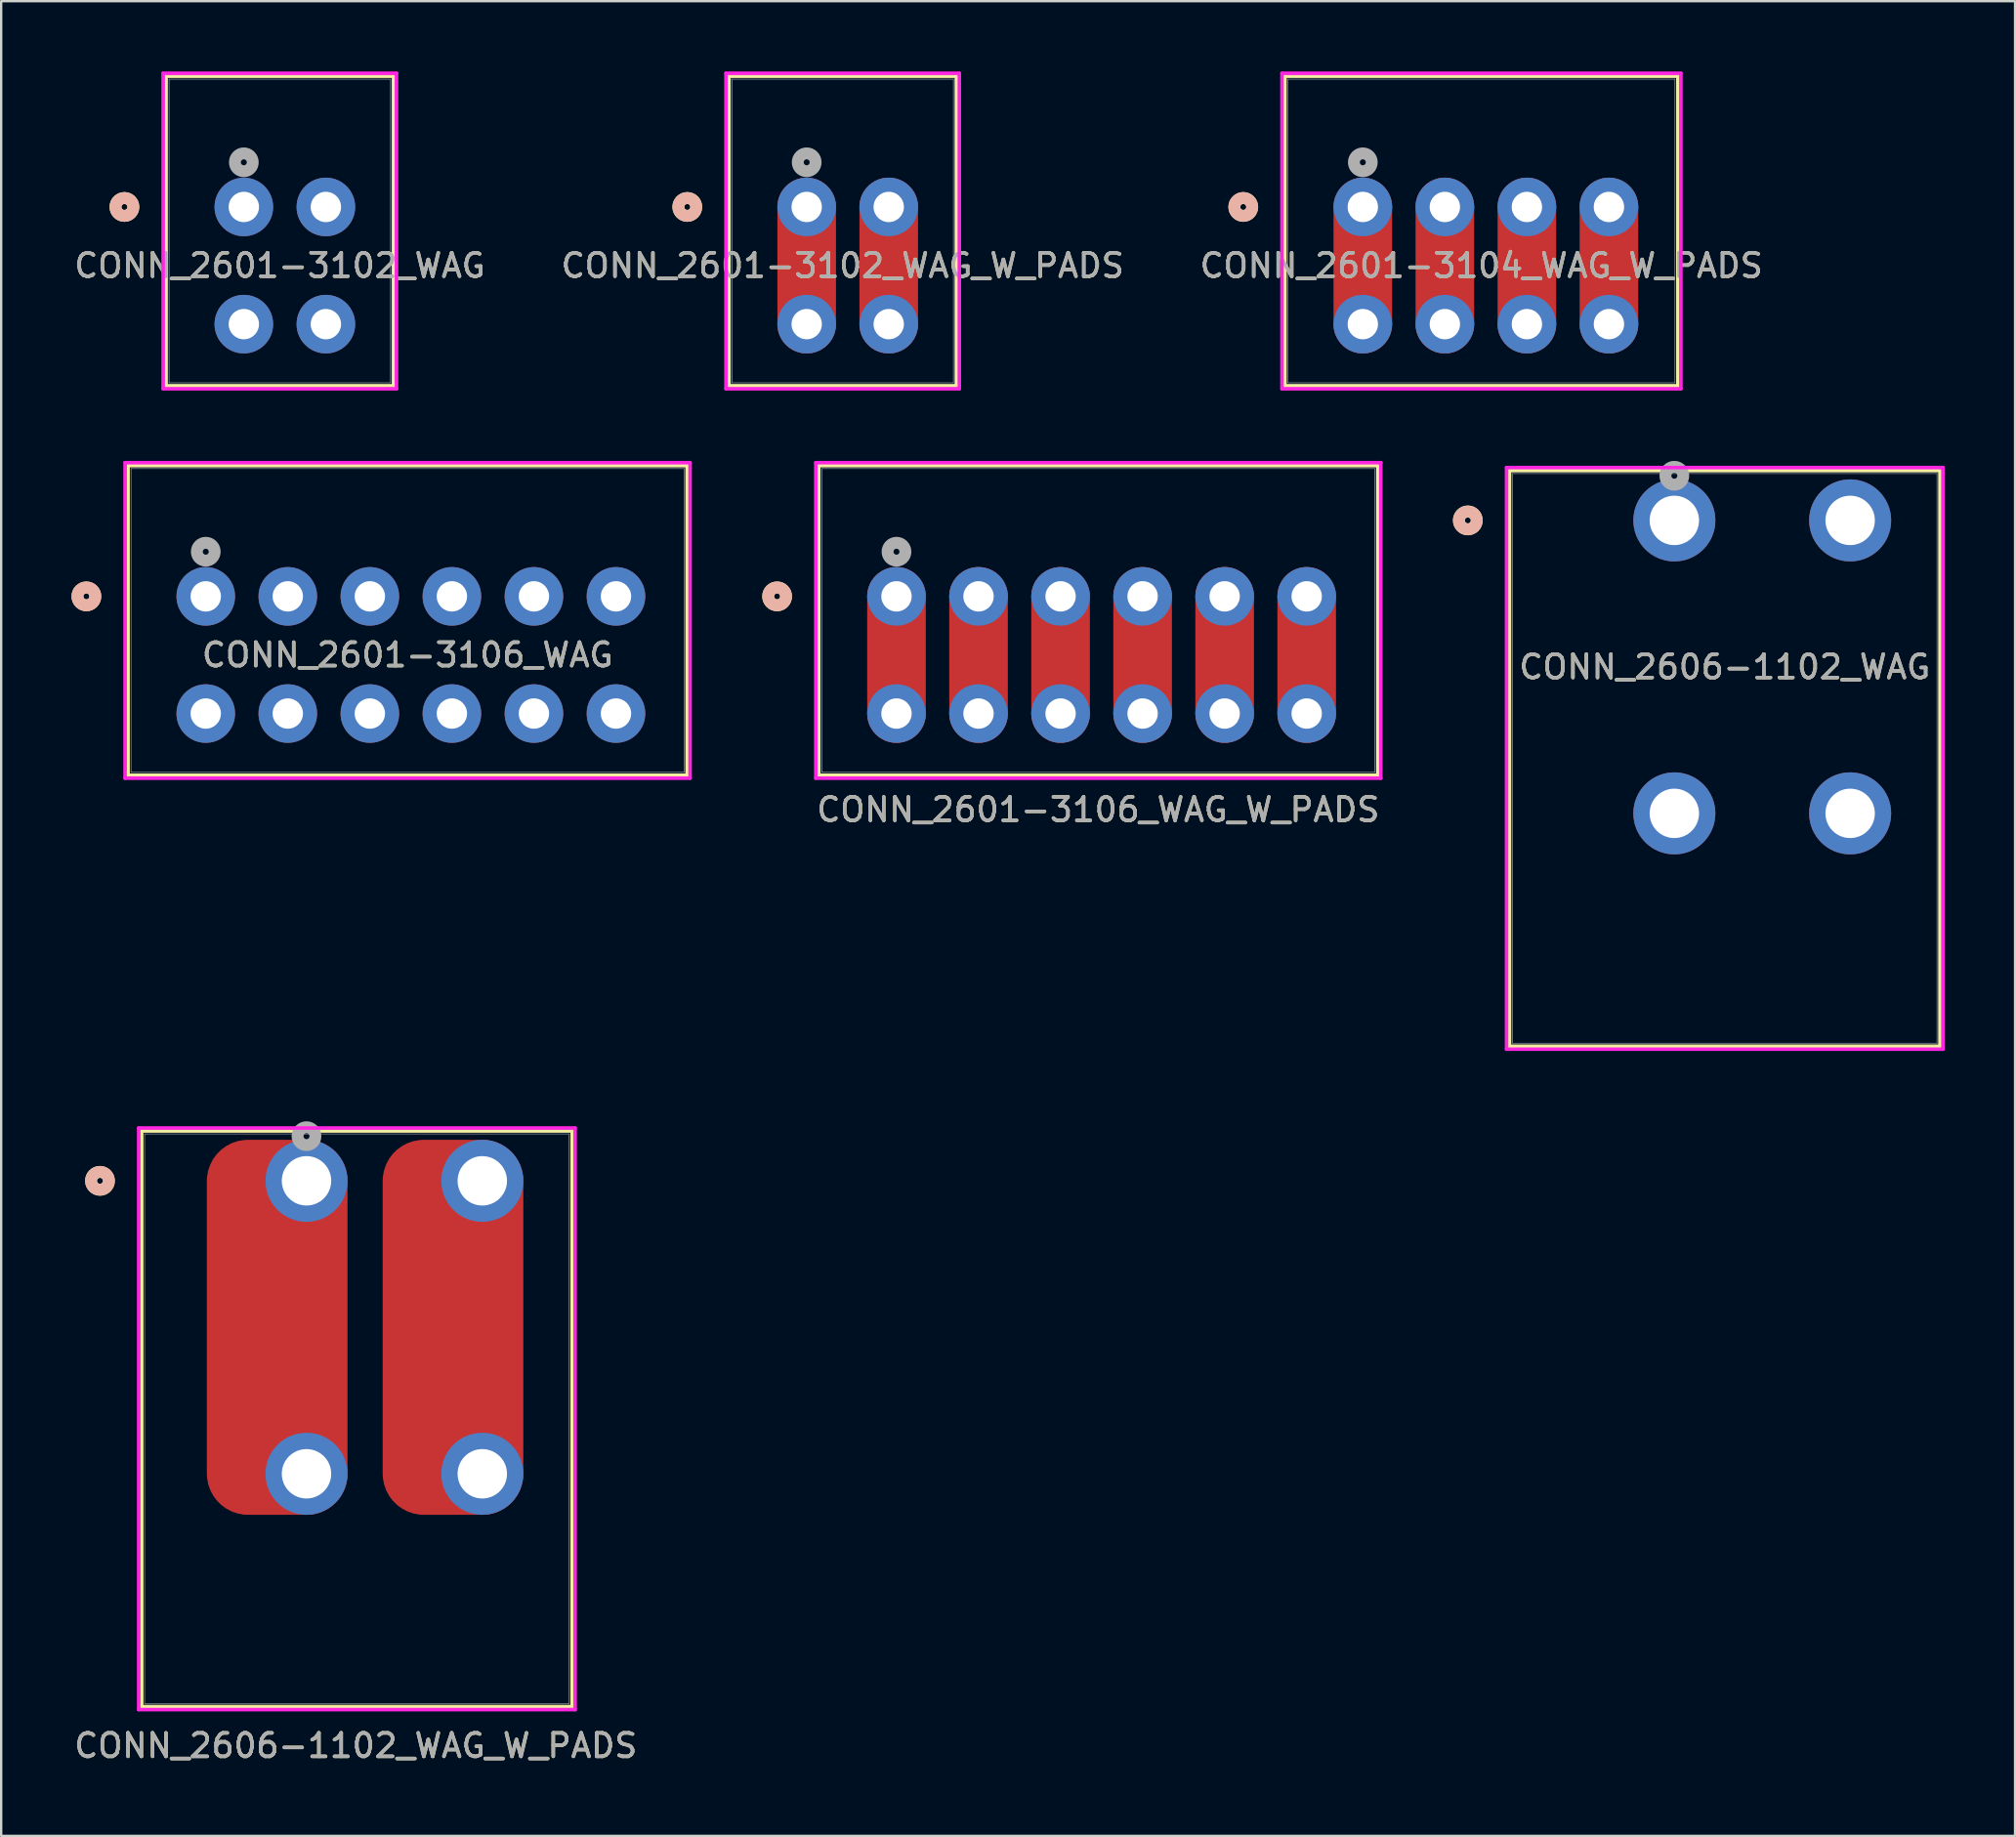
<source format=kicad_pcb>
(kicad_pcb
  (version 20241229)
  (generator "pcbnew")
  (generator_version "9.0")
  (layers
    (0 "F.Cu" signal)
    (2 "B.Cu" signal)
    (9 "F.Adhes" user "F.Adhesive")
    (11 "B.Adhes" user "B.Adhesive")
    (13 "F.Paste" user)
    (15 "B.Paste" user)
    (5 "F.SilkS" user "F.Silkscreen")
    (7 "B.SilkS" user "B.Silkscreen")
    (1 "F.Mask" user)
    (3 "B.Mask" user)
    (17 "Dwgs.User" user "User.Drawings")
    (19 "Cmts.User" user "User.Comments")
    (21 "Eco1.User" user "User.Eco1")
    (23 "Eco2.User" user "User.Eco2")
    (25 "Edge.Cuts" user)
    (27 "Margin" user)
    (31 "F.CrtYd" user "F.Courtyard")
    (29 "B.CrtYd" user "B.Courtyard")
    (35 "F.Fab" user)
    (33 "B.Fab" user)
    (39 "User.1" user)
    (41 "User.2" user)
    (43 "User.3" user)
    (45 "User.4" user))
  (footprint "CONN_2601-3106_WAG"
    (layer "F.Cu")
    (at 5.728 22.395)
    (property "Reference" "CONN_2601-3106_WAG" (at 8.61 2.5 0) (unlocked yes) (layer "F.SilkS") (effects (font (size 1 1) (thickness 0.15))))
    (attr through_hole)
    (fp_line (start -3.315 -5.577) (end -3.315 7.631) (stroke (width 0.152) (type solid)) (layer "F.SilkS"))
    (fp_line (start -3.315 7.631) (end 20.535 7.631) (stroke (width 0.152) (type solid)) (layer "F.SilkS"))
    (fp_line (start 20.535 -5.577) (end -3.315 -5.577) (stroke (width 0.152) (type solid)) (layer "F.SilkS"))
    (fp_line (start 20.535 7.631) (end 20.535 -5.577) (stroke (width 0.152) (type solid)) (layer "F.SilkS"))
    (fp_circle (center -5.093 0) (end -4.712 0) (stroke (width 0.508) (type solid)) (fill no) (layer "F.SilkS"))
    (fp_circle (center -5.093 0) (end -4.712 0) (stroke (width 0.508) (type solid)) (fill no) (layer "B.SilkS"))
    (fp_line (start -3.442 -5.704) (end -3.442 7.758) (stroke (width 0.152) (type solid)) (layer "F.CrtYd"))
    (fp_line (start -3.442 7.758) (end 20.662 7.758) (stroke (width 0.152) (type solid)) (layer "F.CrtYd"))
    (fp_line (start 20.662 -5.704) (end -3.442 -5.704) (stroke (width 0.152) (type solid)) (layer "F.CrtYd"))
    (fp_line (start 20.662 7.758) (end 20.662 -5.704) (stroke (width 0.152) (type solid)) (layer "F.CrtYd"))
    (fp_line (start -3.188 -5.45) (end -3.188 7.504) (stroke (width 0.025) (type solid)) (layer "F.Fab"))
    (fp_line (start -3.188 7.504) (end 20.408 7.504) (stroke (width 0.025) (type solid)) (layer "F.Fab"))
    (fp_line (start 20.408 -5.45) (end -3.188 -5.45) (stroke (width 0.025) (type solid)) (layer "F.Fab"))
    (fp_line (start 20.408 7.504) (end 20.408 -5.45) (stroke (width 0.025) (type solid)) (layer "F.Fab"))
    (fp_circle (center 0 -1.905) (end 0.381 -1.905) (stroke (width 0.508) (type solid)) (fill no) (layer "F.Fab"))
    (fp_text user "${REFERENCE}" (at 8.61 2.5 0) (unlocked yes) (layer "F.Fab") (effects (font (size 1 1) (thickness 0.15))))
    (pad "1_1" thru_hole circle (at 0 0) (size 2.5 2.5) (drill 1.295) (layers "*.Cu" "*.Mask"))
    (pad "1_2" thru_hole circle (at 0 5) (size 2.5 2.5) (drill 1.295) (layers "*.Cu" "*.Mask"))
    (pad "2_1" thru_hole circle (at 3.5 0) (size 2.5 2.5) (drill 1.295) (layers "*.Cu" "*.Mask"))
    (pad "2_2" thru_hole circle (at 3.5 5) (size 2.5 2.5) (drill 1.295) (layers "*.Cu" "*.Mask"))
    (pad "3_1" thru_hole circle (at 7 0) (size 2.5 2.5) (drill 1.295) (layers "*.Cu" "*.Mask"))
    (pad "3_2" thru_hole circle (at 7 5) (size 2.5 2.5) (drill 1.295) (layers "*.Cu" "*.Mask"))
    (pad "4_1" thru_hole circle (at 10.5 0) (size 2.5 2.5) (drill 1.295) (layers "*.Cu" "*.Mask"))
    (pad "4_2" thru_hole circle (at 10.5 5) (size 2.5 2.5) (drill 1.295) (layers "*.Cu" "*.Mask"))
    (pad "5_1" thru_hole circle (at 14 0) (size 2.5 2.5) (drill 1.295) (layers "*.Cu" "*.Mask"))
    (pad "5_2" thru_hole circle (at 14 5) (size 2.5 2.5) (drill 1.295) (layers "*.Cu" "*.Mask"))
    (pad "6_1" thru_hole circle (at 17.5 0) (size 2.5 2.5) (drill 1.295) (layers "*.Cu" "*.Mask"))
    (pad "6_2" thru_hole circle (at 17.5 5) (size 2.5 2.5) (drill 1.295) (layers "*.Cu" "*.Mask")))
  (footprint "CONN_2601-3102_WAG_W_PADS"
    (layer "F.Cu")
    (at 31.364 5.78)
    (property "Reference" "CONN_2601-3102_WAG_W_PADS" (at 1.535 2.5 0) (unlocked yes) (layer "F.SilkS") (effects (font (size 1 1) (thickness 0.15))))
    (attr through_hole)
    (fp_line (start -3.316 -5.577) (end -3.316 7.631) (stroke (width 0.152) (type solid)) (layer "F.SilkS"))
    (fp_line (start -3.316 7.631) (end 6.386 7.631) (stroke (width 0.152) (type solid)) (layer "F.SilkS"))
    (fp_line (start 6.386 -5.577) (end -3.316 -5.577) (stroke (width 0.152) (type solid)) (layer "F.SilkS"))
    (fp_line (start 6.386 7.631) (end 6.386 -5.577) (stroke (width 0.152) (type solid)) (layer "F.SilkS"))
    (fp_circle (center -5.094 0) (end -4.713 0) (stroke (width 0.508) (type solid)) (fill no) (layer "F.SilkS"))
    (fp_circle (center -5.094 0) (end -4.713 0) (stroke (width 0.508) (type solid)) (fill no) (layer "B.SilkS"))
    (fp_line (start -3.443 -5.704) (end -3.443 7.758) (stroke (width 0.152) (type solid)) (layer "F.CrtYd"))
    (fp_line (start -3.443 7.758) (end 6.513 7.758) (stroke (width 0.152) (type solid)) (layer "F.CrtYd"))
    (fp_line (start 6.513 -5.704) (end -3.443 -5.704) (stroke (width 0.152) (type solid)) (layer "F.CrtYd"))
    (fp_line (start 6.513 7.758) (end 6.513 -5.704) (stroke (width 0.152) (type solid)) (layer "F.CrtYd"))
    (fp_line (start -3.189 -5.45) (end -3.189 7.504) (stroke (width 0.025) (type solid)) (layer "F.Fab"))
    (fp_line (start -3.189 7.504) (end 6.259 7.504) (stroke (width 0.025) (type solid)) (layer "F.Fab"))
    (fp_line (start 6.259 -5.45) (end -3.189 -5.45) (stroke (width 0.025) (type solid)) (layer "F.Fab"))
    (fp_line (start 6.259 7.504) (end 6.259 -5.45) (stroke (width 0.025) (type solid)) (layer "F.Fab"))
    (fp_circle (center 0 -1.905) (end 0.381 -1.905) (stroke (width 0.508) (type solid)) (fill no) (layer "F.Fab"))
    (fp_text user "${REFERENCE}" (at 1.535 2.5 0) (unlocked yes) (layer "F.Fab") (effects (font (size 1 1) (thickness 0.15))))
    (pad "1_1" thru_hole circle (at 0 0) (size 2.5 2.5) (drill 1.295) (layers "*.Cu" "*.Mask"))
    (pad "1_1" smd roundrect (at 0 2.5) (size 2.5 7.5) (layers "F.Cu" "F.Mask") (roundrect_rratio 0.5))
    (pad "1_2" thru_hole circle (at 0 5) (size 2.5 2.5) (drill 1.295) (layers "*.Cu" "*.Mask"))
    (pad "2_1" thru_hole circle (at 3.5 0) (size 2.5 2.5) (drill 1.295) (layers "*.Cu" "*.Mask"))
    (pad "2_1" smd roundrect (at 3.5 2.5) (size 2.5 7.5) (layers "F.Cu" "F.Mask") (roundrect_rratio 0.5))
    (pad "2_2" thru_hole circle (at 3.5 5) (size 2.5 2.5) (drill 1.295) (layers "*.Cu" "*.Mask")))
  (footprint "CONN_2606-1102_WAG"
    (layer "F.Cu")
    (at 68.379 19.154)
    (property "Reference" "CONN_2606-1102_WAG" (at 2.15 6.25 0) (unlocked yes) (layer "F.SilkS") (effects (font (size 1 1) (thickness 0.15))))
    (attr through_hole)
    (fp_line (start -7.032 -2.127) (end -7.032 22.435) (stroke (width 0.152) (type solid)) (layer "F.SilkS"))
    (fp_line (start -7.032 22.435) (end 11.332 22.435) (stroke (width 0.152) (type solid)) (layer "F.SilkS"))
    (fp_line (start 11.332 -2.127) (end -7.032 -2.127) (stroke (width 0.152) (type solid)) (layer "F.SilkS"))
    (fp_line (start 11.332 22.435) (end 11.332 -2.127) (stroke (width 0.152) (type solid)) (layer "F.SilkS"))
    (fp_circle (center -8.81 0) (end -8.429 0) (stroke (width 0.508) (type solid)) (fill no) (layer "F.SilkS"))
    (fp_circle (center -8.81 0) (end -8.429 0) (stroke (width 0.508) (type solid)) (fill no) (layer "B.SilkS"))
    (fp_line (start -7.159 -2.254) (end -7.159 22.562) (stroke (width 0.152) (type solid)) (layer "F.CrtYd"))
    (fp_line (start -7.159 22.562) (end 11.459 22.562) (stroke (width 0.152) (type solid)) (layer "F.CrtYd"))
    (fp_line (start 11.459 -2.254) (end -7.159 -2.254) (stroke (width 0.152) (type solid)) (layer "F.CrtYd"))
    (fp_line (start 11.459 22.562) (end 11.459 -2.254) (stroke (width 0.152) (type solid)) (layer "F.CrtYd"))
    (fp_line (start -6.905 -2) (end -6.905 22.308) (stroke (width 0.025) (type solid)) (layer "F.Fab"))
    (fp_line (start -6.905 22.308) (end 11.205 22.308) (stroke (width 0.025) (type solid)) (layer "F.Fab"))
    (fp_line (start 11.205 -2) (end -6.905 -2) (stroke (width 0.025) (type solid)) (layer "F.Fab"))
    (fp_line (start 11.205 22.308) (end 11.205 -2) (stroke (width 0.025) (type solid)) (layer "F.Fab"))
    (fp_circle (center 0 -1.905) (end 0.381 -1.905) (stroke (width 0.508) (type solid)) (fill no) (layer "F.Fab"))
    (fp_text user "${REFERENCE}" (at 2.15 6.25 0) (unlocked yes) (layer "F.Fab") (effects (font (size 1 1) (thickness 0.15))))
    (pad "1_1" thru_hole circle (at 0 0) (size 3.5 3.5) (drill 2.108) (layers "*.Cu" "*.Mask"))
    (pad "1_2" thru_hole circle (at 0 12.5) (size 3.5 3.5) (drill 2.108) (layers "*.Cu" "*.Mask"))
    (pad "2_1" thru_hole circle (at 7.5 0) (size 3.5 3.5) (drill 2.108) (layers "*.Cu" "*.Mask"))
    (pad "2_2" thru_hole circle (at 7.5 12.5) (size 3.5 3.5) (drill 2.108) (layers "*.Cu" "*.Mask")))
  (footprint "CONN_2601-3104_WAG_W_PADS"
    (layer "F.Cu")
    (at 55.089 5.78)
    (property "Reference" "CONN_2601-3104_WAG_W_PADS" (at 5.06 2.5 0) (unlocked yes) (layer "F.SilkS") (effects (font (size 1 1) (thickness 0.15))))
    (attr through_hole)
    (fp_line (start -3.322 -5.577) (end -3.322 7.631) (stroke (width 0.152) (type solid)) (layer "F.SilkS"))
    (fp_line (start -3.322 7.631) (end 13.442 7.631) (stroke (width 0.152) (type solid)) (layer "F.SilkS"))
    (fp_line (start 13.442 -5.577) (end -3.322 -5.577) (stroke (width 0.152) (type solid)) (layer "F.SilkS"))
    (fp_line (start 13.442 7.631) (end 13.442 -5.577) (stroke (width 0.152) (type solid)) (layer "F.SilkS"))
    (fp_circle (center -5.1 0) (end -4.719 0) (stroke (width 0.508) (type solid)) (fill no) (layer "F.SilkS"))
    (fp_circle (center -5.1 0) (end -4.719 0) (stroke (width 0.508) (type solid)) (fill no) (layer "B.SilkS"))
    (fp_line (start -3.449 -5.704) (end -3.449 7.758) (stroke (width 0.152) (type solid)) (layer "F.CrtYd"))
    (fp_line (start -3.449 7.758) (end 13.569 7.758) (stroke (width 0.152) (type solid)) (layer "F.CrtYd"))
    (fp_line (start 13.569 -5.704) (end -3.449 -5.704) (stroke (width 0.152) (type solid)) (layer "F.CrtYd"))
    (fp_line (start 13.569 7.758) (end 13.569 -5.704) (stroke (width 0.152) (type solid)) (layer "F.CrtYd"))
    (fp_line (start -3.195 -5.45) (end -3.195 7.504) (stroke (width 0.025) (type solid)) (layer "F.Fab"))
    (fp_line (start -3.195 7.504) (end 13.315 7.504) (stroke (width 0.025) (type solid)) (layer "F.Fab"))
    (fp_line (start 13.315 -5.45) (end -3.195 -5.45) (stroke (width 0.025) (type solid)) (layer "F.Fab"))
    (fp_line (start 13.315 7.504) (end 13.315 -5.45) (stroke (width 0.025) (type solid)) (layer "F.Fab"))
    (fp_circle (center 0 -1.905) (end 0.381 -1.905) (stroke (width 0.508) (type solid)) (fill no) (layer "F.Fab"))
    (fp_text user "${REFERENCE}" (at 5.06 2.5 0) (unlocked yes) (layer "F.Fab") (effects (font (size 1 1) (thickness 0.15))))
    (pad "1_1" thru_hole circle (at 0 0) (size 2.5 2.5) (drill 1.295) (layers "*.Cu" "*.Mask"))
    (pad "1_1" smd roundrect (at 0 2.5) (size 2.5 7.5) (layers "F.Cu" "F.Mask") (roundrect_rratio 0.5))
    (pad "1_2" thru_hole circle (at 0 5) (size 2.5 2.5) (drill 1.295) (layers "*.Cu" "*.Mask"))
    (pad "2_1" smd roundrect (at 3.5 2.5) (size 2.5 7.5) (layers "F.Cu" "F.Mask") (roundrect_rratio 0.5))
    (pad "2_1" thru_hole circle (at 3.5 0) (size 2.5 2.5) (drill 1.295) (layers "*.Cu" "*.Mask"))
    (pad "2_2" thru_hole circle (at 3.5 5) (size 2.5 2.5) (drill 1.295) (layers "*.Cu" "*.Mask"))
    (pad "3_1" smd roundrect (at 7 2.5) (size 2.5 7.5) (layers "F.Cu" "F.Mask") (roundrect_rratio 0.5))
    (pad "3_1" thru_hole circle (at 7 0) (size 2.5 2.5) (drill 1.295) (layers "*.Cu" "*.Mask"))
    (pad "3_2" thru_hole circle (at 7 5) (size 2.5 2.5) (drill 1.295) (layers "*.Cu" "*.Mask"))
    (pad "4_1" smd roundrect (at 10.5 2.5) (size 2.5 7.5) (layers "F.Cu" "F.Mask") (roundrect_rratio 0.5))
    (pad "4_1" thru_hole circle (at 10.5 0) (size 2.5 2.5) (drill 1.295) (layers "*.Cu" "*.Mask"))
    (pad "4_2" thru_hole circle (at 10.5 5) (size 2.5 2.5) (drill 1.295) (layers "*.Cu" "*.Mask")))
  (footprint "CONN_2601-3102_WAG"
    (layer "F.Cu")
    (at 7.352 5.78)
    (property "Reference" "CONN_2601-3102_WAG" (at 1.535 2.5 0) (unlocked yes) (layer "F.SilkS") (effects (font (size 1 1) (thickness 0.15))))
    (attr through_hole)
    (fp_line (start -3.316 -5.577) (end -3.316 7.631) (stroke (width 0.152) (type solid)) (layer "F.SilkS"))
    (fp_line (start -3.316 7.631) (end 6.386 7.631) (stroke (width 0.152) (type solid)) (layer "F.SilkS"))
    (fp_line (start 6.386 -5.577) (end -3.316 -5.577) (stroke (width 0.152) (type solid)) (layer "F.SilkS"))
    (fp_line (start 6.386 7.631) (end 6.386 -5.577) (stroke (width 0.152) (type solid)) (layer "F.SilkS"))
    (fp_circle (center -5.094 0) (end -4.713 0) (stroke (width 0.508) (type solid)) (fill no) (layer "F.SilkS"))
    (fp_circle (center -5.094 0) (end -4.713 0) (stroke (width 0.508) (type solid)) (fill no) (layer "B.SilkS"))
    (fp_line (start -3.443 -5.704) (end -3.443 7.758) (stroke (width 0.152) (type solid)) (layer "F.CrtYd"))
    (fp_line (start -3.443 7.758) (end 6.513 7.758) (stroke (width 0.152) (type solid)) (layer "F.CrtYd"))
    (fp_line (start 6.513 -5.704) (end -3.443 -5.704) (stroke (width 0.152) (type solid)) (layer "F.CrtYd"))
    (fp_line (start 6.513 7.758) (end 6.513 -5.704) (stroke (width 0.152) (type solid)) (layer "F.CrtYd"))
    (fp_line (start -3.189 -5.45) (end -3.189 7.504) (stroke (width 0.025) (type solid)) (layer "F.Fab"))
    (fp_line (start -3.189 7.504) (end 6.259 7.504) (stroke (width 0.025) (type solid)) (layer "F.Fab"))
    (fp_line (start 6.259 -5.45) (end -3.189 -5.45) (stroke (width 0.025) (type solid)) (layer "F.Fab"))
    (fp_line (start 6.259 7.504) (end 6.259 -5.45) (stroke (width 0.025) (type solid)) (layer "F.Fab"))
    (fp_circle (center 0 -1.905) (end 0.381 -1.905) (stroke (width 0.508) (type solid)) (fill no) (layer "F.Fab"))
    (fp_text user "${REFERENCE}" (at 1.535 2.5 0) (unlocked yes) (layer "F.Fab") (effects (font (size 1 1) (thickness 0.15))))
    (pad "1_1" thru_hole circle (at 0 0) (size 2.5 2.5) (drill 1.295) (layers "*.Cu" "*.Mask"))
    (pad "1_2" thru_hole circle (at 0 5) (size 2.5 2.5) (drill 1.295) (layers "*.Cu" "*.Mask"))
    (pad "2_1" thru_hole circle (at 3.5 0) (size 2.5 2.5) (drill 1.295) (layers "*.Cu" "*.Mask"))
    (pad "2_2" thru_hole circle (at 3.5 5) (size 2.5 2.5) (drill 1.295) (layers "*.Cu" "*.Mask")))
  (footprint "CONN_2601-3106_WAG_W_PADS"
    (layer "F.Cu")
    (at 35.195 22.395)
    (property "Reference" "CONN_2601-3106_WAG_W_PADS" (at 8.6 9.1 0) (unlocked yes) (layer "F.SilkS") (effects (font (size 1 1) (thickness 0.15))))
    (attr through_hole)
    (fp_line (start -3.315 -5.577) (end -3.315 7.631) (stroke (width 0.152) (type solid)) (layer "F.SilkS"))
    (fp_line (start -3.315 7.631) (end 20.535 7.631) (stroke (width 0.152) (type solid)) (layer "F.SilkS"))
    (fp_line (start 20.535 -5.577) (end -3.315 -5.577) (stroke (width 0.152) (type solid)) (layer "F.SilkS"))
    (fp_line (start 20.535 7.631) (end 20.535 -5.577) (stroke (width 0.152) (type solid)) (layer "F.SilkS"))
    (fp_circle (center -5.093 0) (end -4.712 0) (stroke (width 0.508) (type solid)) (fill no) (layer "F.SilkS"))
    (fp_circle (center -5.093 0) (end -4.712 0) (stroke (width 0.508) (type solid)) (fill no) (layer "B.SilkS"))
    (fp_line (start -3.442 -5.704) (end -3.442 7.758) (stroke (width 0.152) (type solid)) (layer "F.CrtYd"))
    (fp_line (start -3.442 7.758) (end 20.662 7.758) (stroke (width 0.152) (type solid)) (layer "F.CrtYd"))
    (fp_line (start 20.662 -5.704) (end -3.442 -5.704) (stroke (width 0.152) (type solid)) (layer "F.CrtYd"))
    (fp_line (start 20.662 7.758) (end 20.662 -5.704) (stroke (width 0.152) (type solid)) (layer "F.CrtYd"))
    (fp_line (start -3.188 -5.45) (end -3.188 7.504) (stroke (width 0.025) (type solid)) (layer "F.Fab"))
    (fp_line (start -3.188 7.504) (end 20.408 7.504) (stroke (width 0.025) (type solid)) (layer "F.Fab"))
    (fp_line (start 20.408 -5.45) (end -3.188 -5.45) (stroke (width 0.025) (type solid)) (layer "F.Fab"))
    (fp_line (start 20.408 7.504) (end 20.408 -5.45) (stroke (width 0.025) (type solid)) (layer "F.Fab"))
    (fp_circle (center 0 -1.905) (end 0.381 -1.905) (stroke (width 0.508) (type solid)) (fill no) (layer "F.Fab"))
    (fp_text user "${REFERENCE}" (at 8.6 9.1 0) (unlocked yes) (layer "F.Fab") (effects (font (size 1 1) (thickness 0.15))))
    (pad "1_1" thru_hole circle (at 0 0) (size 2.5 2.5) (drill 1.295) (layers "*.Cu" "*.Mask"))
    (pad "1_1" smd roundrect (at 0 2.5) (size 2.5 7.5) (layers "F.Cu" "F.Mask") (roundrect_rratio 0.5))
    (pad "1_2" thru_hole circle (at 0 5) (size 2.5 2.5) (drill 1.295) (layers "*.Cu" "*.Mask"))
    (pad "2_1" smd roundrect (at 3.5 2.5) (size 2.5 7.5) (layers "F.Cu" "F.Mask") (roundrect_rratio 0.5))
    (pad "2_1" thru_hole circle (at 3.5 0) (size 2.5 2.5) (drill 1.295) (layers "*.Cu" "*.Mask"))
    (pad "2_2" thru_hole circle (at 3.5 5) (size 2.5 2.5) (drill 1.295) (layers "*.Cu" "*.Mask"))
    (pad "3_1" smd roundrect (at 7 2.5) (size 2.5 7.5) (layers "F.Cu" "F.Mask") (roundrect_rratio 0.5))
    (pad "3_1" thru_hole circle (at 7 0) (size 2.5 2.5) (drill 1.295) (layers "*.Cu" "*.Mask"))
    (pad "3_2" thru_hole circle (at 7 5) (size 2.5 2.5) (drill 1.295) (layers "*.Cu" "*.Mask"))
    (pad "4_1" smd roundrect (at 10.5 2.5) (size 2.5 7.5) (layers "F.Cu" "F.Mask") (roundrect_rratio 0.5))
    (pad "4_1" thru_hole circle (at 10.5 0) (size 2.5 2.5) (drill 1.295) (layers "*.Cu" "*.Mask"))
    (pad "4_2" thru_hole circle (at 10.5 5) (size 2.5 2.5) (drill 1.295) (layers "*.Cu" "*.Mask"))
    (pad "5_1" smd roundrect (at 14 2.5) (size 2.5 7.5) (layers "F.Cu" "F.Mask") (roundrect_rratio 0.5))
    (pad "5_1" thru_hole circle (at 14 0) (size 2.5 2.5) (drill 1.295) (layers "*.Cu" "*.Mask"))
    (pad "5_2" thru_hole circle (at 14 5) (size 2.5 2.5) (drill 1.295) (layers "*.Cu" "*.Mask"))
    (pad "6_1" smd roundrect (at 17.5 2.5) (size 2.5 7.5) (layers "F.Cu" "F.Mask") (roundrect_rratio 0.5))
    (pad "6_1" thru_hole circle (at 17.5 0) (size 2.5 2.5) (drill 1.295) (layers "*.Cu" "*.Mask"))
    (pad "6_2" thru_hole circle (at 17.5 5) (size 2.5 2.5) (drill 1.295) (layers "*.Cu" "*.Mask")))
  (footprint "CONN_2606-1102_WAG_W_PADS"
    (layer "F.Cu")
    (at 10.025 47.332)
    (property "Reference" "CONN_2606-1102_WAG_W_PADS" (at 2.1 24.1 0) (unlocked yes) (layer "F.SilkS") (effects (font (size 1 1) (thickness 0.15))))
    (attr through_hole)
    (fp_line (start -7.032 -2.127) (end -7.032 22.435) (stroke (width 0.152) (type solid)) (layer "F.SilkS"))
    (fp_line (start -7.032 22.435) (end 11.332 22.435) (stroke (width 0.152) (type solid)) (layer "F.SilkS"))
    (fp_line (start 11.332 -2.127) (end -7.032 -2.127) (stroke (width 0.152) (type solid)) (layer "F.SilkS"))
    (fp_line (start 11.332 22.435) (end 11.332 -2.127) (stroke (width 0.152) (type solid)) (layer "F.SilkS"))
    (fp_circle (center -8.81 0) (end -8.429 0) (stroke (width 0.508) (type solid)) (fill no) (layer "F.SilkS"))
    (fp_circle (center -8.81 0) (end -8.429 0) (stroke (width 0.508) (type solid)) (fill no) (layer "B.SilkS"))
    (fp_line (start -7.159 -2.254) (end -7.159 22.562) (stroke (width 0.152) (type solid)) (layer "F.CrtYd"))
    (fp_line (start -7.159 22.562) (end 11.459 22.562) (stroke (width 0.152) (type solid)) (layer "F.CrtYd"))
    (fp_line (start 11.459 -2.254) (end -7.159 -2.254) (stroke (width 0.152) (type solid)) (layer "F.CrtYd"))
    (fp_line (start 11.459 22.562) (end 11.459 -2.254) (stroke (width 0.152) (type solid)) (layer "F.CrtYd"))
    (fp_line (start -6.905 -2) (end -6.905 22.308) (stroke (width 0.025) (type solid)) (layer "F.Fab"))
    (fp_line (start -6.905 22.308) (end 11.205 22.308) (stroke (width 0.025) (type solid)) (layer "F.Fab"))
    (fp_line (start 11.205 -2) (end -6.905 -2) (stroke (width 0.025) (type solid)) (layer "F.Fab"))
    (fp_line (start 11.205 22.308) (end 11.205 -2) (stroke (width 0.025) (type solid)) (layer "F.Fab"))
    (fp_circle (center 0 -1.905) (end 0.381 -1.905) (stroke (width 0.508) (type solid)) (fill no) (layer "F.Fab"))
    (fp_text user "${REFERENCE}" (at 2.1 24.1 0) (unlocked yes) (layer "F.Fab") (effects (font (size 1 1) (thickness 0.15))))
    (pad "1_1" smd roundrect (at -1.25 6.25) (size 6 16) (layers "F.Cu" "F.Mask") (roundrect_rratio 0.292))
    (pad "1_1" thru_hole circle (at 0 0) (size 3.5 3.5) (drill 2.108) (layers "*.Cu" "*.Mask"))
    (pad "1_2" thru_hole circle (at 0 12.5) (size 3.5 3.5) (drill 2.108) (layers "*.Cu" "*.Mask"))
    (pad "2_1" smd roundrect (at 6.25 6.25) (size 6 16) (layers "F.Cu" "F.Mask") (roundrect_rratio 0.292))
    (pad "2_1" thru_hole circle (at 7.5 0) (size 3.5 3.5) (drill 2.108) (layers "*.Cu" "*.Mask"))
    (pad "2_2" thru_hole circle (at 7.5 12.5) (size 3.5 3.5) (drill 2.108) (layers "*.Cu" "*.Mask")))
  (gr_rect
    (start -3 -3)
    (end 82.914 75.281)
    (stroke (width 0.1) (type default))
    (fill no)
    (layer "Edge.Cuts")))
</source>
